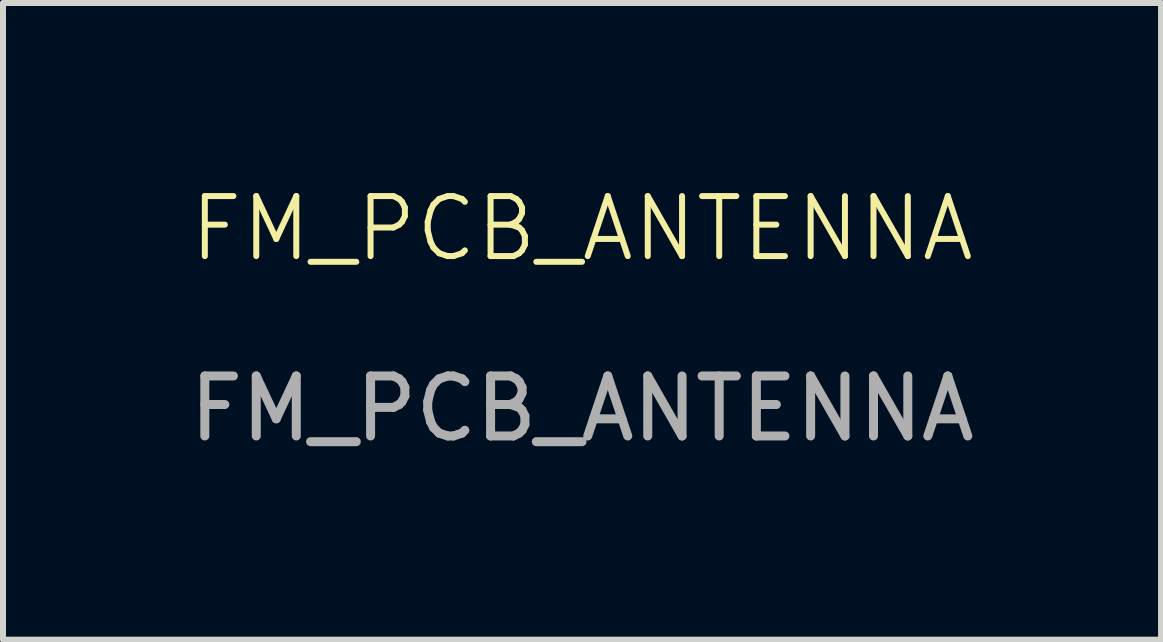
<source format=kicad_pcb>
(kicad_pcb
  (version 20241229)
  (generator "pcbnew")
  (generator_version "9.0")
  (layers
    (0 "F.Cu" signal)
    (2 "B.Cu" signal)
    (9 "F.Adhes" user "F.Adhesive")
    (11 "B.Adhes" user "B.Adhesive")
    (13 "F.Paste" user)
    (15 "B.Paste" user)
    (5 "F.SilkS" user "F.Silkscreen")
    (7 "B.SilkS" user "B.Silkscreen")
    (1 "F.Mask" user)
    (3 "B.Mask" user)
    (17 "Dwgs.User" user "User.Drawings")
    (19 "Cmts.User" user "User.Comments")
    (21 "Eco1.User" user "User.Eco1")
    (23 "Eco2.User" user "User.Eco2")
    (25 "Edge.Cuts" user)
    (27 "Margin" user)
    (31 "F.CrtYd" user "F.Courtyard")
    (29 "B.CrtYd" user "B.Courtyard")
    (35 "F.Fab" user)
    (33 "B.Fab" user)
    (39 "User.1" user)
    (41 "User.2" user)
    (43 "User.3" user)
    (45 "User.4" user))
  (footprint "FM_PCB_ANTENNA"
    (layer "F.Cu")
    (at 6.649 1.26)
    (property "Reference" "FM_PCB_ANTENNA" (at 0 -0.5 0) (unlocked yes) (layer "F.SilkS") (effects (font (size 1 1) (thickness 0.1))))
    (attr smd)
    (fp_text user "${REFERENCE}" (at 0 2.5 0) (unlocked yes) (layer "F.Fab") (effects (font (size 1 1) (thickness 0.15)))))
  (gr_rect
    (start -3 -3)
    (end 16.298 7.609)
    (stroke (width 0.1) (type default))
    (fill no)
    (layer "Edge.Cuts")))
</source>
